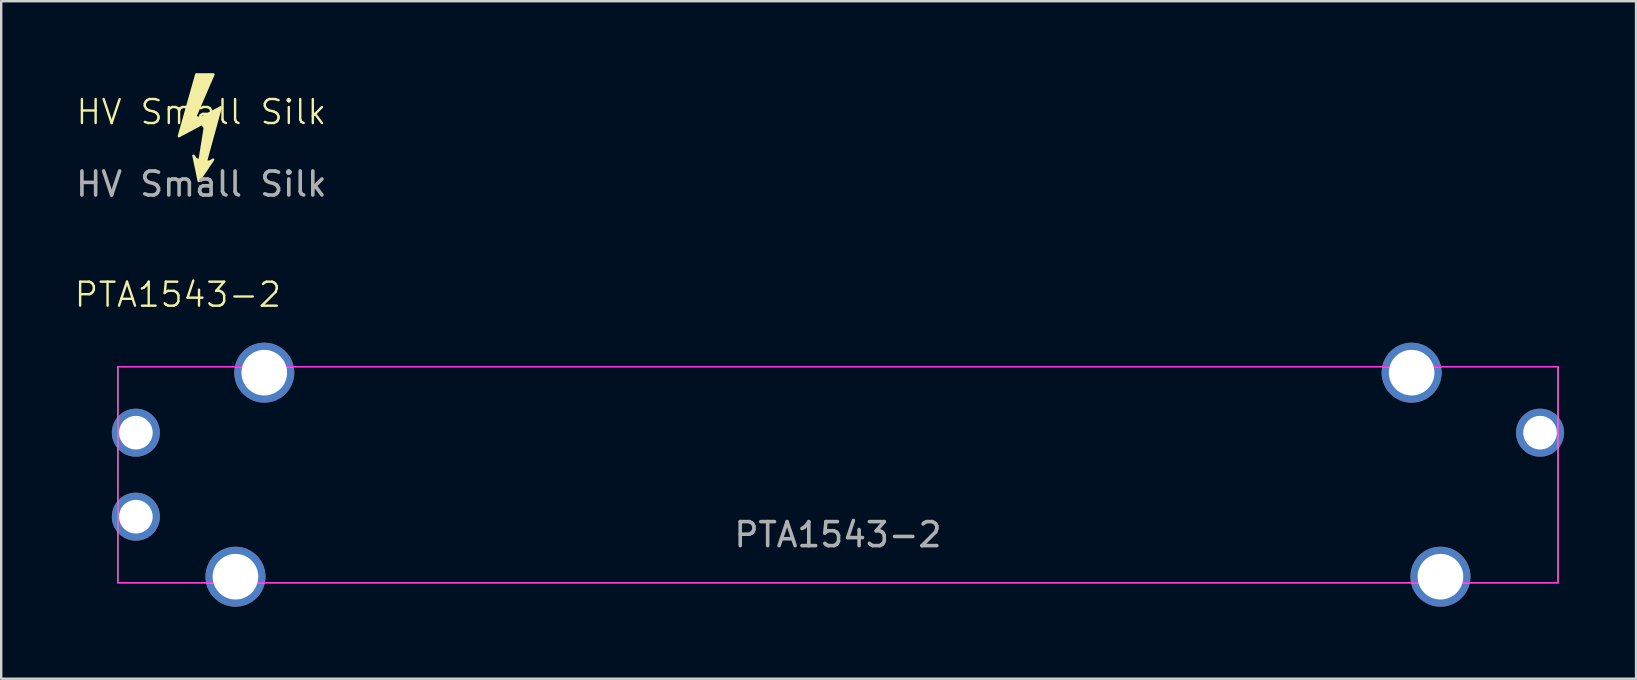
<source format=kicad_pcb>
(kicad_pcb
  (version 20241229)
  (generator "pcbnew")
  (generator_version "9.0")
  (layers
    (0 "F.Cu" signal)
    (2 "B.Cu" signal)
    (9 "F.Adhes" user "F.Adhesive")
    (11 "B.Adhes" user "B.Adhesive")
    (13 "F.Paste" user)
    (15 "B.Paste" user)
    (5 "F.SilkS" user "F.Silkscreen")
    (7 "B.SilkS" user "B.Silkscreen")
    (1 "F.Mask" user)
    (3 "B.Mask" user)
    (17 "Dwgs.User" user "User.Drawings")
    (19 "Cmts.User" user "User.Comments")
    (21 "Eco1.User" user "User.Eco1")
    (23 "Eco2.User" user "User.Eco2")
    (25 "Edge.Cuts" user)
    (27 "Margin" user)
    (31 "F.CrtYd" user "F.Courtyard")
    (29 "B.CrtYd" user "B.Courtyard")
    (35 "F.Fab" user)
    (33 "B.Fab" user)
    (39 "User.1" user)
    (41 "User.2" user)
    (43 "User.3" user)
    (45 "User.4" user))
  (footprint "PTA1543-2"
    (layer "F.Cu")
    (at 31.86 16.726)
    (property "Reference" "PTA1543-2" (at -27.5 -7.5 0) (unlocked yes) (layer "F.SilkS") (effects (font (size 1 1) (thickness 0.1))))
    (attr through_hole)
    (fp_line (start -30 -4.5) (end -30 4.5) (stroke (width 0.05) (type default)) (layer "F.SilkS"))
    (fp_line (start -30 -4.5) (end 30 -4.5) (stroke (width 0.05) (type default)) (layer "F.SilkS"))
    (fp_line (start -30 4.5) (end 30 4.5) (stroke (width 0.05) (type default)) (layer "F.SilkS"))
    (fp_line (start 30 -4.5) (end 30 4.5) (stroke (width 0.05) (type default)) (layer "F.SilkS"))
    (fp_line (start -30 -4.5) (end -30 4.5) (stroke (width 0.05) (type default)) (layer "F.CrtYd"))
    (fp_line (start -30 -4.5) (end 30 -4.5) (stroke (width 0.05) (type default)) (layer "F.CrtYd"))
    (fp_line (start -30 4.5) (end 30 4.5) (stroke (width 0.05) (type default)) (layer "F.CrtYd"))
    (fp_line (start 30 -4.5) (end 30 4.5) (stroke (width 0.05) (type default)) (layer "F.CrtYd"))
    (fp_text user "${REFERENCE}" (at 0 2.5 0) (unlocked yes) (layer "F.Fab") (effects (font (size 1 1) (thickness 0.15))))
    (pad "" thru_hole circle (at -25.1 4.25) (size 2.5 2.5) (drill 1.9) (layers "*.Cu" "B.Mask"))
    (pad "" thru_hole circle (at -23.9 -4.25) (size 2.5 2.5) (drill 1.9) (layers "*.Cu" "B.Mask"))
    (pad "" thru_hole circle (at 23.9 -4.25) (size 2.5 2.5) (drill 1.9) (layers "*.Cu" "B.Mask"))
    (pad "" thru_hole circle (at 25.1 4.25) (size 2.5 2.5) (drill 1.9) (layers "*.Cu" "B.Mask"))
    (pad "1" thru_hole circle (at -29.25 -1.75) (size 2 2) (drill 1.4) (layers "*.Cu" "B.Mask"))
    (pad "2" thru_hole circle (at -29.25 1.75) (size 2 2) (drill 1.4) (layers "*.Cu" "B.Mask"))
    (pad "3" thru_hole circle (at 29.25 -1.75) (size 2 2) (drill 1.4) (layers "*.Cu" "B.Mask")))
  (footprint "HV Small Silk"
    (layer "F.Cu")
    (at 5.339 2.118)
    (property "Reference" "HV Small Silk" (at 0 -0.5 0) (unlocked yes) (layer "F.SilkS") (effects (font (size 1 1) (thickness 0.1))))
    (attr smd)
    (fp_line (start -0.308 -0.35) (end -0.108 -0.1) (stroke (width 0.2) (type default)) (layer "F.SilkS"))
    (fp_line (start -0.198 1.53) (end 0.312 1.62) (stroke (width 0.2) (type default)) (layer "F.SilkS"))
    (fp_line (start 0.012 -0.105) (end 0.212 0.145) (stroke (width 0.2) (type default)) (layer "F.SilkS"))
    (fp_poly (pts (xy -0.356 -0.074) (xy 0.808 -0.7) (xy 0.153 1.687) (xy 0.488 1.483) (xy -0.109 2.371) (xy -0.327 1.323) (xy -0.094 1.643) (xy 0.182 -0.089) (xy -0.938 0.508) (xy -0.211 -2.068) (xy 0.502 -2.068)) (stroke (width 0.1) (type solid)) (fill yes) (layer "F.SilkS"))
    (fp_text user "${REFERENCE}" (at 0 2.5 0) (unlocked yes) (layer "F.Fab") (effects (font (size 1 1) (thickness 0.15)))))
  (gr_rect
    (start -3 -3)
    (end 65.11 25.226)
    (stroke (width 0.1) (type default))
    (fill no)
    (layer "Edge.Cuts")))
</source>
